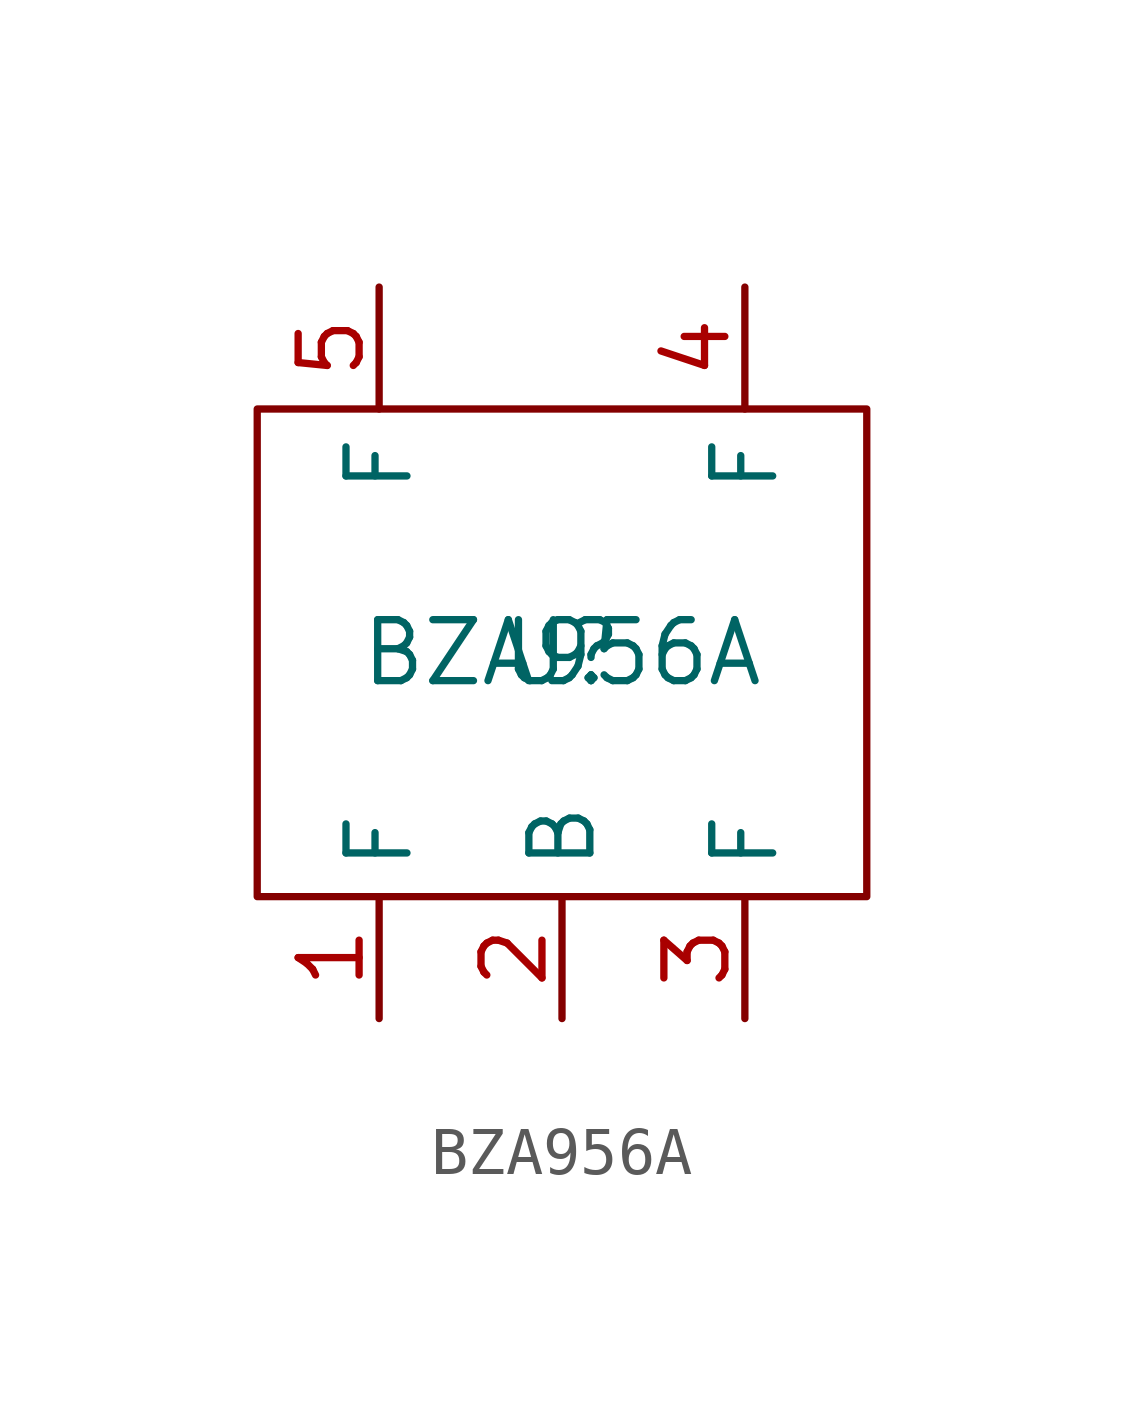
<source format=kicad_sym>
(kicad_symbol_lib
  (version 20211014)
  (generator kicad_symbol_editor)
  (symbol "BZA956A"
    (property "Reference" "U"
      (at 0 0 0)
      (effects (font (size 1.27 1.27))))
    (property "Value" "BZA956A"
      (at 0 0 0)
      (effects (font (size 1.27 1.27))))
    (symbol "BZA956A_0_1"
      (rectangle (start -6.35 5.08) (end 6.35 -5.08) (stroke (width 0.152) (type default) (color 0 0 0 0)) (fill (type none))))
    (symbol "BZA956A_1_1"
      (pin input line (at -3.81 -7.62 90) (length 2.54) (name "F" (effects (font (size 1.27 1.27)))) (number "1" (effects (font (size 1.27 1.27)))))
      (pin input line (at 0 -7.62 90) (length 2.54) (name "B" (effects (font (size 1.27 1.27)))) (number "2" (effects (font (size 1.27 1.27)))))
      (pin input line (at 3.81 -7.62 90) (length 2.54) (name "F" (effects (font (size 1.27 1.27)))) (number "3" (effects (font (size 1.27 1.27)))))
      (pin input line (at 3.81 7.62 270) (length 2.54) (name "F" (effects (font (size 1.27 1.27)))) (number "4" (effects (font (size 1.27 1.27)))))
      (pin input line (at -3.81 7.62 270) (length 2.54) (name "F" (effects (font (size 1.27 1.27)))) (number "5" (effects (font (size 1.27 1.27))))))))
</source>
